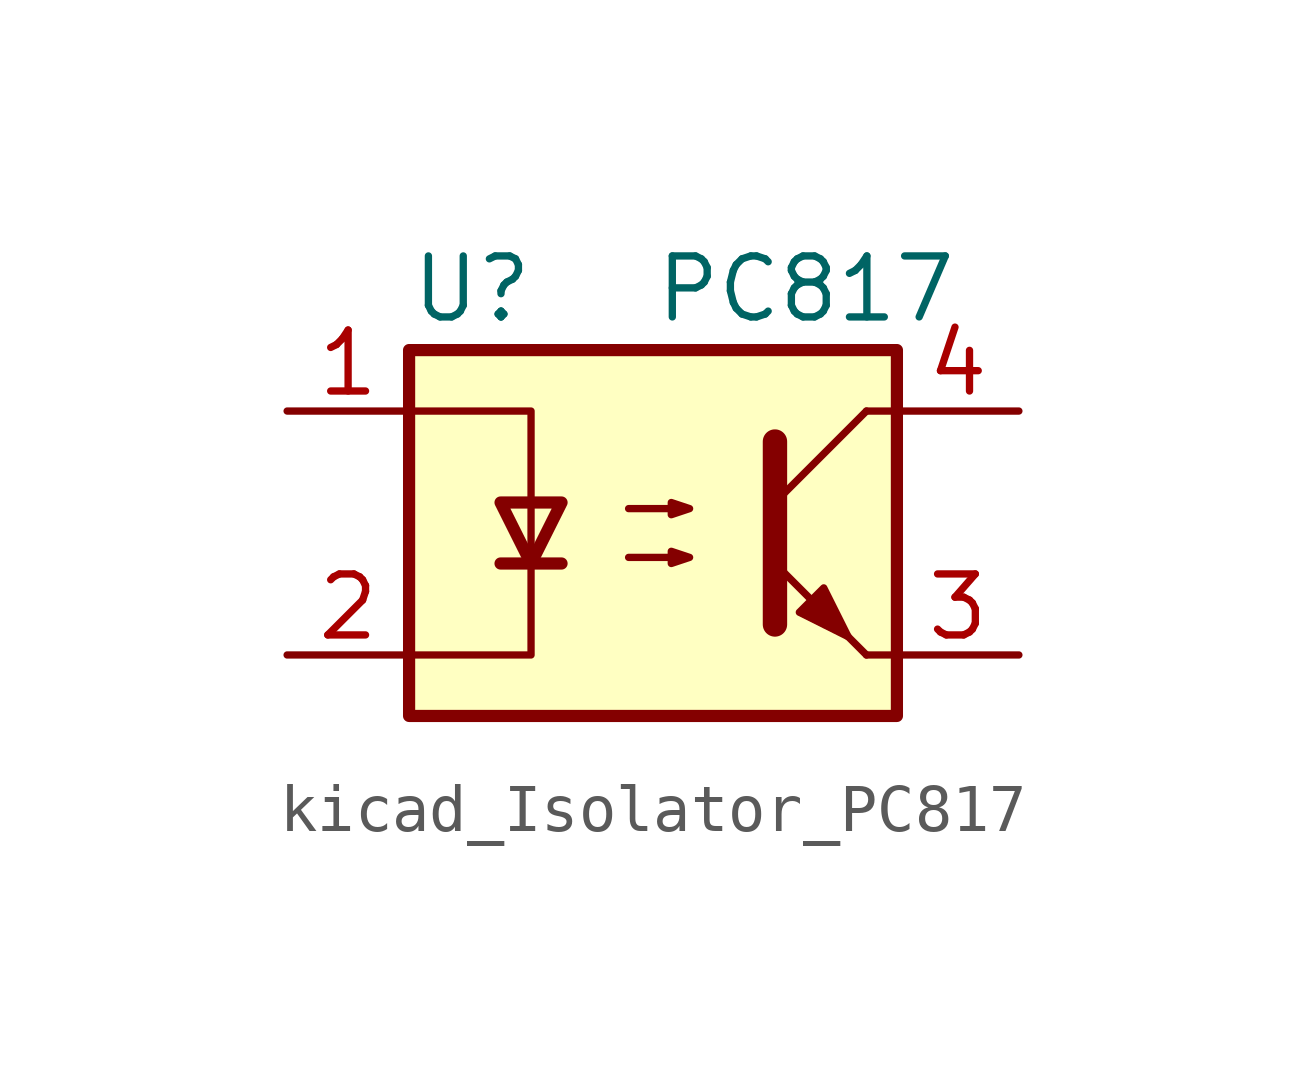
<source format=kicad_sym>
(kicad_symbol_lib
  (version 20220914)
  (generator kicad_symbol_editor)
  (symbol "kicad_Isolator_PC817"
    (pin_names
      (offset 1.016))
    (property "Reference" "U"
      (at -5.08 5.08 0)
      (effects (font (size 1.27 1.27)) (justify left)))
    (property "Value" "PC817"
      (at 0 5.08 0)
      (effects (font (size 1.27 1.27)) (justify left)))
    (symbol "kicad_Isolator_PC817_0_1"
      (rectangle (start -5.08 3.81) (end 5.08 -3.81) (stroke (width 0.254) (type default)) (fill (type background)))
      (polyline (pts (xy -3.175 -0.635) (xy -1.905 -0.635)) (stroke (width 0.254) (type default)) (fill (type none)))
      (polyline (pts (xy 2.54 0.635) (xy 4.445 2.54)) (stroke (width 0) (type default)) (fill (type none)))
      (polyline (pts (xy 4.445 -2.54) (xy 2.54 -0.635)) (stroke (width 0) (type default)) (fill (type outline)))
      (polyline (pts (xy 4.445 -2.54) (xy 5.08 -2.54)) (stroke (width 0) (type default)) (fill (type none)))
      (polyline (pts (xy 4.445 2.54) (xy 5.08 2.54)) (stroke (width 0) (type default)) (fill (type none)))
      (polyline (pts (xy -5.08 2.54) (xy -2.54 2.54) (xy -2.54 -0.635)) (stroke (width 0) (type default)) (fill (type none)))
      (polyline (pts (xy -2.54 -0.635) (xy -2.54 -2.54) (xy -5.08 -2.54)) (stroke (width 0) (type default)) (fill (type none)))
      (polyline (pts (xy 2.54 1.905) (xy 2.54 -1.905) (xy 2.54 -1.905)) (stroke (width 0.508) (type default)) (fill (type none)))
      (polyline (pts (xy -2.54 -0.635) (xy -3.175 0.635) (xy -1.905 0.635) (xy -2.54 -0.635)) (stroke (width 0.254) (type default)) (fill (type none)))
      (polyline (pts (xy -0.508 -0.508) (xy 0.762 -0.508) (xy 0.381 -0.635) (xy 0.381 -0.381) (xy 0.762 -0.508)) (stroke (width 0) (type default)) (fill (type none)))
      (polyline (pts (xy -0.508 0.508) (xy 0.762 0.508) (xy 0.381 0.381) (xy 0.381 0.635) (xy 0.762 0.508)) (stroke (width 0) (type default)) (fill (type none)))
      (polyline (pts (xy 3.048 -1.651) (xy 3.556 -1.143) (xy 4.064 -2.159) (xy 3.048 -1.651) (xy 3.048 -1.651)) (stroke (width 0) (type default)) (fill (type outline))))
    (symbol "kicad_Isolator_PC817_1_1"
      (pin passive line (at -7.62 2.54 0) (length 2.54) (name "~" (effects (font (size 1.27 1.27)))) (number "1" (effects (font (size 1.27 1.27)))))
      (pin passive line (at -7.62 -2.54 0) (length 2.54) (name "~" (effects (font (size 1.27 1.27)))) (number "2" (effects (font (size 1.27 1.27)))))
      (pin passive line (at 7.62 -2.54 180) (length 2.54) (name "~" (effects (font (size 1.27 1.27)))) (number "3" (effects (font (size 1.27 1.27)))))
      (pin passive line (at 7.62 2.54 180) (length 2.54) (name "~" (effects (font (size 1.27 1.27)))) (number "4" (effects (font (size 1.27 1.27))))))))
</source>
